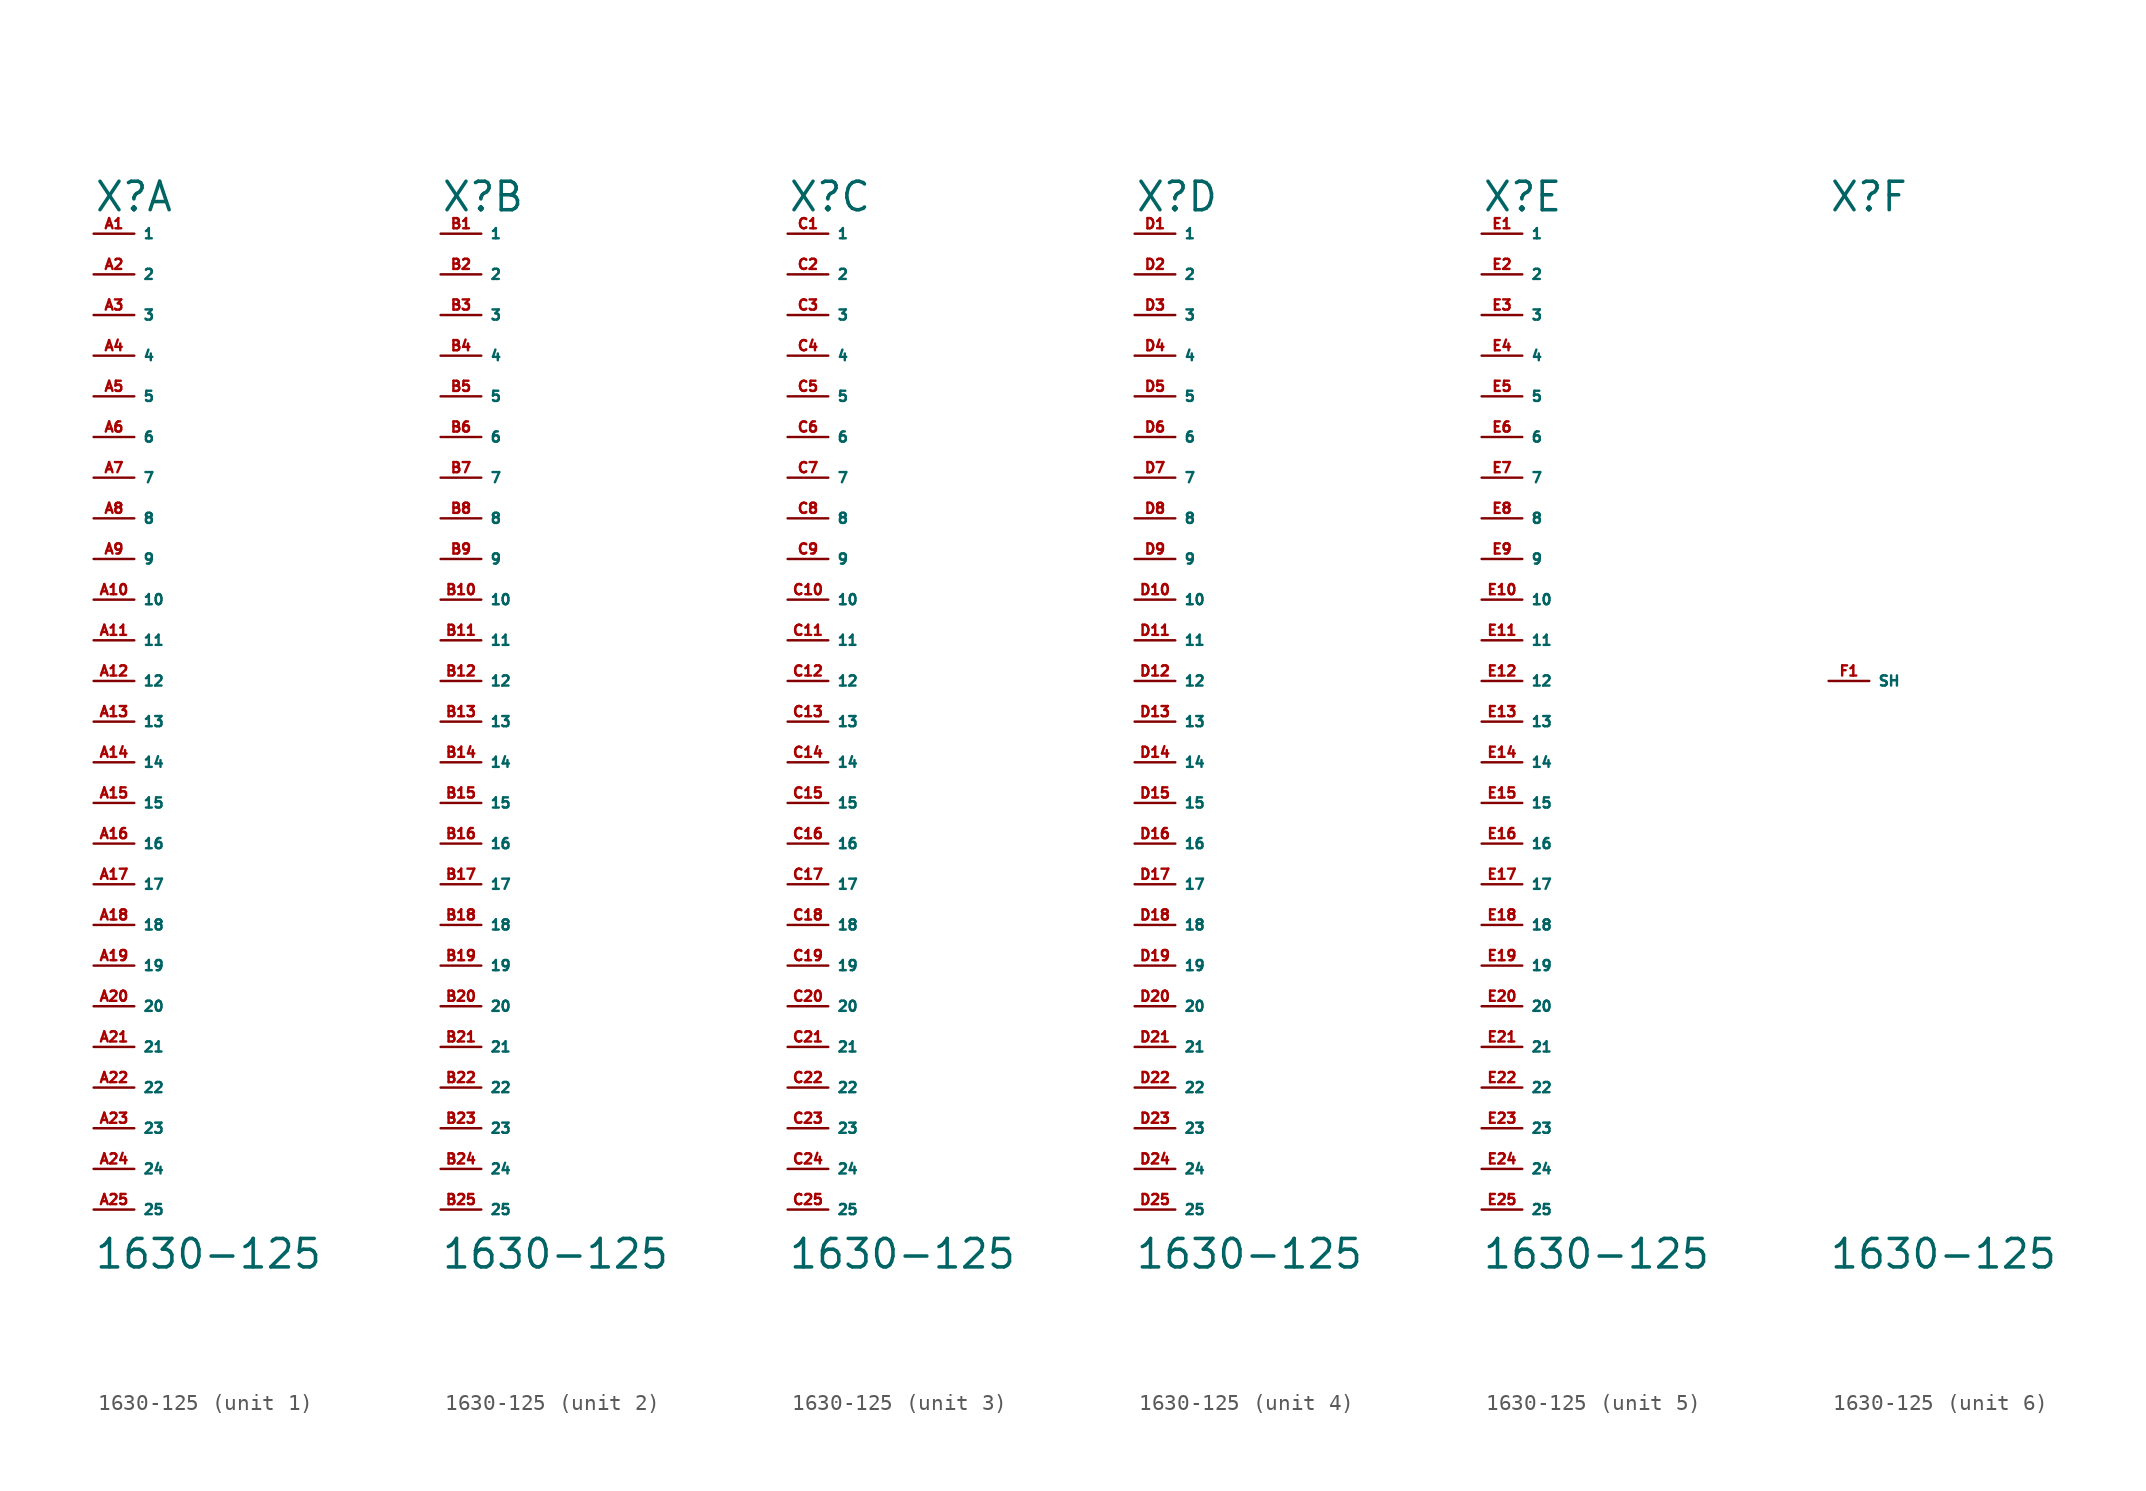
<source format=kicad_sym>
(kicad_symbol_lib
  (version 20220914)
  (generator Eagle2Kicad)
  (symbol "1630-125"
    (property "Reference" "X"
      (at -2.54 29.21 0)
      (effects (font (size 1.778 1.778) (thickness 0.22)) (justify left bottom)))
    (property "Value" "1630-125"
      (at -2.54 -36.83 0)
      (effects (font (size 1.778 1.778) (thickness 0.22)) (justify left bottom)))
    (symbol "1630-125_1_0"
      (pin passive line (at -2.54 27.94 0) (length 2.54) (name "1" (effects (font (size 0.635 0.635) (thickness 0.08)) (justify left bottom))) (number "A1" (effects (font (size 0.635 0.635) (thickness 0.08)) (justify left bottom))))
      (pin passive line (at -2.54 25.4 0) (length 2.54) (name "2" (effects (font (size 0.635 0.635) (thickness 0.08)) (justify left bottom))) (number "A2" (effects (font (size 0.635 0.635) (thickness 0.08)) (justify left bottom))))
      (pin passive line (at -2.54 22.86 0) (length 2.54) (name "3" (effects (font (size 0.635 0.635) (thickness 0.08)) (justify left bottom))) (number "A3" (effects (font (size 0.635 0.635) (thickness 0.08)) (justify left bottom))))
      (pin passive line (at -2.54 20.32 0) (length 2.54) (name "4" (effects (font (size 0.635 0.635) (thickness 0.08)) (justify left bottom))) (number "A4" (effects (font (size 0.635 0.635) (thickness 0.08)) (justify left bottom))))
      (pin passive line (at -2.54 17.78 0) (length 2.54) (name "5" (effects (font (size 0.635 0.635) (thickness 0.08)) (justify left bottom))) (number "A5" (effects (font (size 0.635 0.635) (thickness 0.08)) (justify left bottom))))
      (pin passive line (at -2.54 15.24 0) (length 2.54) (name "6" (effects (font (size 0.635 0.635) (thickness 0.08)) (justify left bottom))) (number "A6" (effects (font (size 0.635 0.635) (thickness 0.08)) (justify left bottom))))
      (pin passive line (at -2.54 12.7 0) (length 2.54) (name "7" (effects (font (size 0.635 0.635) (thickness 0.08)) (justify left bottom))) (number "A7" (effects (font (size 0.635 0.635) (thickness 0.08)) (justify left bottom))))
      (pin passive line (at -2.54 10.16 0) (length 2.54) (name "8" (effects (font (size 0.635 0.635) (thickness 0.08)) (justify left bottom))) (number "A8" (effects (font (size 0.635 0.635) (thickness 0.08)) (justify left bottom))))
      (pin passive line (at -2.54 7.62 0) (length 2.54) (name "9" (effects (font (size 0.635 0.635) (thickness 0.08)) (justify left bottom))) (number "A9" (effects (font (size 0.635 0.635) (thickness 0.08)) (justify left bottom))))
      (pin passive line (at -2.54 5.08 0) (length 2.54) (name "10" (effects (font (size 0.635 0.635) (thickness 0.08)) (justify left bottom))) (number "A10" (effects (font (size 0.635 0.635) (thickness 0.08)) (justify left bottom))))
      (pin passive line (at -2.54 2.54 0) (length 2.54) (name "11" (effects (font (size 0.635 0.635) (thickness 0.08)) (justify left bottom))) (number "A11" (effects (font (size 0.635 0.635) (thickness 0.08)) (justify left bottom))))
      (pin passive line (at -2.54 0 0) (length 2.54) (name "12" (effects (font (size 0.635 0.635) (thickness 0.08)) (justify left bottom))) (number "A12" (effects (font (size 0.635 0.635) (thickness 0.08)) (justify left bottom))))
      (pin passive line (at -2.54 -2.54 0) (length 2.54) (name "13" (effects (font (size 0.635 0.635) (thickness 0.08)) (justify left bottom))) (number "A13" (effects (font (size 0.635 0.635) (thickness 0.08)) (justify left bottom))))
      (pin passive line (at -2.54 -5.08 0) (length 2.54) (name "14" (effects (font (size 0.635 0.635) (thickness 0.08)) (justify left bottom))) (number "A14" (effects (font (size 0.635 0.635) (thickness 0.08)) (justify left bottom))))
      (pin passive line (at -2.54 -7.62 0) (length 2.54) (name "15" (effects (font (size 0.635 0.635) (thickness 0.08)) (justify left bottom))) (number "A15" (effects (font (size 0.635 0.635) (thickness 0.08)) (justify left bottom))))
      (pin passive line (at -2.54 -10.16 0) (length 2.54) (name "16" (effects (font (size 0.635 0.635) (thickness 0.08)) (justify left bottom))) (number "A16" (effects (font (size 0.635 0.635) (thickness 0.08)) (justify left bottom))))
      (pin passive line (at -2.54 -12.7 0) (length 2.54) (name "17" (effects (font (size 0.635 0.635) (thickness 0.08)) (justify left bottom))) (number "A17" (effects (font (size 0.635 0.635) (thickness 0.08)) (justify left bottom))))
      (pin passive line (at -2.54 -15.24 0) (length 2.54) (name "18" (effects (font (size 0.635 0.635) (thickness 0.08)) (justify left bottom))) (number "A18" (effects (font (size 0.635 0.635) (thickness 0.08)) (justify left bottom))))
      (pin passive line (at -2.54 -17.78 0) (length 2.54) (name "19" (effects (font (size 0.635 0.635) (thickness 0.08)) (justify left bottom))) (number "A19" (effects (font (size 0.635 0.635) (thickness 0.08)) (justify left bottom))))
      (pin passive line (at -2.54 -20.32 0) (length 2.54) (name "20" (effects (font (size 0.635 0.635) (thickness 0.08)) (justify left bottom))) (number "A20" (effects (font (size 0.635 0.635) (thickness 0.08)) (justify left bottom))))
      (pin passive line (at -2.54 -22.86 0) (length 2.54) (name "21" (effects (font (size 0.635 0.635) (thickness 0.08)) (justify left bottom))) (number "A21" (effects (font (size 0.635 0.635) (thickness 0.08)) (justify left bottom))))
      (pin passive line (at -2.54 -25.4 0) (length 2.54) (name "22" (effects (font (size 0.635 0.635) (thickness 0.08)) (justify left bottom))) (number "A22" (effects (font (size 0.635 0.635) (thickness 0.08)) (justify left bottom))))
      (pin passive line (at -2.54 -27.94 0) (length 2.54) (name "23" (effects (font (size 0.635 0.635) (thickness 0.08)) (justify left bottom))) (number "A23" (effects (font (size 0.635 0.635) (thickness 0.08)) (justify left bottom))))
      (pin passive line (at -2.54 -30.48 0) (length 2.54) (name "24" (effects (font (size 0.635 0.635) (thickness 0.08)) (justify left bottom))) (number "A24" (effects (font (size 0.635 0.635) (thickness 0.08)) (justify left bottom))))
      (pin passive line (at -2.54 -33.02 0) (length 2.54) (name "25" (effects (font (size 0.635 0.635) (thickness 0.08)) (justify left bottom))) (number "A25" (effects (font (size 0.635 0.635) (thickness 0.08)) (justify left bottom)))))
    (symbol "1630-125_2_0"
      (pin passive line (at -2.54 27.94 0) (length 2.54) (name "1" (effects (font (size 0.635 0.635) (thickness 0.08)) (justify left bottom))) (number "B1" (effects (font (size 0.635 0.635) (thickness 0.08)) (justify left bottom))))
      (pin passive line (at -2.54 25.4 0) (length 2.54) (name "2" (effects (font (size 0.635 0.635) (thickness 0.08)) (justify left bottom))) (number "B2" (effects (font (size 0.635 0.635) (thickness 0.08)) (justify left bottom))))
      (pin passive line (at -2.54 22.86 0) (length 2.54) (name "3" (effects (font (size 0.635 0.635) (thickness 0.08)) (justify left bottom))) (number "B3" (effects (font (size 0.635 0.635) (thickness 0.08)) (justify left bottom))))
      (pin passive line (at -2.54 20.32 0) (length 2.54) (name "4" (effects (font (size 0.635 0.635) (thickness 0.08)) (justify left bottom))) (number "B4" (effects (font (size 0.635 0.635) (thickness 0.08)) (justify left bottom))))
      (pin passive line (at -2.54 17.78 0) (length 2.54) (name "5" (effects (font (size 0.635 0.635) (thickness 0.08)) (justify left bottom))) (number "B5" (effects (font (size 0.635 0.635) (thickness 0.08)) (justify left bottom))))
      (pin passive line (at -2.54 15.24 0) (length 2.54) (name "6" (effects (font (size 0.635 0.635) (thickness 0.08)) (justify left bottom))) (number "B6" (effects (font (size 0.635 0.635) (thickness 0.08)) (justify left bottom))))
      (pin passive line (at -2.54 12.7 0) (length 2.54) (name "7" (effects (font (size 0.635 0.635) (thickness 0.08)) (justify left bottom))) (number "B7" (effects (font (size 0.635 0.635) (thickness 0.08)) (justify left bottom))))
      (pin passive line (at -2.54 10.16 0) (length 2.54) (name "8" (effects (font (size 0.635 0.635) (thickness 0.08)) (justify left bottom))) (number "B8" (effects (font (size 0.635 0.635) (thickness 0.08)) (justify left bottom))))
      (pin passive line (at -2.54 7.62 0) (length 2.54) (name "9" (effects (font (size 0.635 0.635) (thickness 0.08)) (justify left bottom))) (number "B9" (effects (font (size 0.635 0.635) (thickness 0.08)) (justify left bottom))))
      (pin passive line (at -2.54 5.08 0) (length 2.54) (name "10" (effects (font (size 0.635 0.635) (thickness 0.08)) (justify left bottom))) (number "B10" (effects (font (size 0.635 0.635) (thickness 0.08)) (justify left bottom))))
      (pin passive line (at -2.54 2.54 0) (length 2.54) (name "11" (effects (font (size 0.635 0.635) (thickness 0.08)) (justify left bottom))) (number "B11" (effects (font (size 0.635 0.635) (thickness 0.08)) (justify left bottom))))
      (pin passive line (at -2.54 0 0) (length 2.54) (name "12" (effects (font (size 0.635 0.635) (thickness 0.08)) (justify left bottom))) (number "B12" (effects (font (size 0.635 0.635) (thickness 0.08)) (justify left bottom))))
      (pin passive line (at -2.54 -2.54 0) (length 2.54) (name "13" (effects (font (size 0.635 0.635) (thickness 0.08)) (justify left bottom))) (number "B13" (effects (font (size 0.635 0.635) (thickness 0.08)) (justify left bottom))))
      (pin passive line (at -2.54 -5.08 0) (length 2.54) (name "14" (effects (font (size 0.635 0.635) (thickness 0.08)) (justify left bottom))) (number "B14" (effects (font (size 0.635 0.635) (thickness 0.08)) (justify left bottom))))
      (pin passive line (at -2.54 -7.62 0) (length 2.54) (name "15" (effects (font (size 0.635 0.635) (thickness 0.08)) (justify left bottom))) (number "B15" (effects (font (size 0.635 0.635) (thickness 0.08)) (justify left bottom))))
      (pin passive line (at -2.54 -10.16 0) (length 2.54) (name "16" (effects (font (size 0.635 0.635) (thickness 0.08)) (justify left bottom))) (number "B16" (effects (font (size 0.635 0.635) (thickness 0.08)) (justify left bottom))))
      (pin passive line (at -2.54 -12.7 0) (length 2.54) (name "17" (effects (font (size 0.635 0.635) (thickness 0.08)) (justify left bottom))) (number "B17" (effects (font (size 0.635 0.635) (thickness 0.08)) (justify left bottom))))
      (pin passive line (at -2.54 -15.24 0) (length 2.54) (name "18" (effects (font (size 0.635 0.635) (thickness 0.08)) (justify left bottom))) (number "B18" (effects (font (size 0.635 0.635) (thickness 0.08)) (justify left bottom))))
      (pin passive line (at -2.54 -17.78 0) (length 2.54) (name "19" (effects (font (size 0.635 0.635) (thickness 0.08)) (justify left bottom))) (number "B19" (effects (font (size 0.635 0.635) (thickness 0.08)) (justify left bottom))))
      (pin passive line (at -2.54 -20.32 0) (length 2.54) (name "20" (effects (font (size 0.635 0.635) (thickness 0.08)) (justify left bottom))) (number "B20" (effects (font (size 0.635 0.635) (thickness 0.08)) (justify left bottom))))
      (pin passive line (at -2.54 -22.86 0) (length 2.54) (name "21" (effects (font (size 0.635 0.635) (thickness 0.08)) (justify left bottom))) (number "B21" (effects (font (size 0.635 0.635) (thickness 0.08)) (justify left bottom))))
      (pin passive line (at -2.54 -25.4 0) (length 2.54) (name "22" (effects (font (size 0.635 0.635) (thickness 0.08)) (justify left bottom))) (number "B22" (effects (font (size 0.635 0.635) (thickness 0.08)) (justify left bottom))))
      (pin passive line (at -2.54 -27.94 0) (length 2.54) (name "23" (effects (font (size 0.635 0.635) (thickness 0.08)) (justify left bottom))) (number "B23" (effects (font (size 0.635 0.635) (thickness 0.08)) (justify left bottom))))
      (pin passive line (at -2.54 -30.48 0) (length 2.54) (name "24" (effects (font (size 0.635 0.635) (thickness 0.08)) (justify left bottom))) (number "B24" (effects (font (size 0.635 0.635) (thickness 0.08)) (justify left bottom))))
      (pin passive line (at -2.54 -33.02 0) (length 2.54) (name "25" (effects (font (size 0.635 0.635) (thickness 0.08)) (justify left bottom))) (number "B25" (effects (font (size 0.635 0.635) (thickness 0.08)) (justify left bottom)))))
    (symbol "1630-125_3_0"
      (pin passive line (at -2.54 27.94 0) (length 2.54) (name "1" (effects (font (size 0.635 0.635) (thickness 0.08)) (justify left bottom))) (number "C1" (effects (font (size 0.635 0.635) (thickness 0.08)) (justify left bottom))))
      (pin passive line (at -2.54 25.4 0) (length 2.54) (name "2" (effects (font (size 0.635 0.635) (thickness 0.08)) (justify left bottom))) (number "C2" (effects (font (size 0.635 0.635) (thickness 0.08)) (justify left bottom))))
      (pin passive line (at -2.54 22.86 0) (length 2.54) (name "3" (effects (font (size 0.635 0.635) (thickness 0.08)) (justify left bottom))) (number "C3" (effects (font (size 0.635 0.635) (thickness 0.08)) (justify left bottom))))
      (pin passive line (at -2.54 20.32 0) (length 2.54) (name "4" (effects (font (size 0.635 0.635) (thickness 0.08)) (justify left bottom))) (number "C4" (effects (font (size 0.635 0.635) (thickness 0.08)) (justify left bottom))))
      (pin passive line (at -2.54 17.78 0) (length 2.54) (name "5" (effects (font (size 0.635 0.635) (thickness 0.08)) (justify left bottom))) (number "C5" (effects (font (size 0.635 0.635) (thickness 0.08)) (justify left bottom))))
      (pin passive line (at -2.54 15.24 0) (length 2.54) (name "6" (effects (font (size 0.635 0.635) (thickness 0.08)) (justify left bottom))) (number "C6" (effects (font (size 0.635 0.635) (thickness 0.08)) (justify left bottom))))
      (pin passive line (at -2.54 12.7 0) (length 2.54) (name "7" (effects (font (size 0.635 0.635) (thickness 0.08)) (justify left bottom))) (number "C7" (effects (font (size 0.635 0.635) (thickness 0.08)) (justify left bottom))))
      (pin passive line (at -2.54 10.16 0) (length 2.54) (name "8" (effects (font (size 0.635 0.635) (thickness 0.08)) (justify left bottom))) (number "C8" (effects (font (size 0.635 0.635) (thickness 0.08)) (justify left bottom))))
      (pin passive line (at -2.54 7.62 0) (length 2.54) (name "9" (effects (font (size 0.635 0.635) (thickness 0.08)) (justify left bottom))) (number "C9" (effects (font (size 0.635 0.635) (thickness 0.08)) (justify left bottom))))
      (pin passive line (at -2.54 5.08 0) (length 2.54) (name "10" (effects (font (size 0.635 0.635) (thickness 0.08)) (justify left bottom))) (number "C10" (effects (font (size 0.635 0.635) (thickness 0.08)) (justify left bottom))))
      (pin passive line (at -2.54 2.54 0) (length 2.54) (name "11" (effects (font (size 0.635 0.635) (thickness 0.08)) (justify left bottom))) (number "C11" (effects (font (size 0.635 0.635) (thickness 0.08)) (justify left bottom))))
      (pin passive line (at -2.54 0 0) (length 2.54) (name "12" (effects (font (size 0.635 0.635) (thickness 0.08)) (justify left bottom))) (number "C12" (effects (font (size 0.635 0.635) (thickness 0.08)) (justify left bottom))))
      (pin passive line (at -2.54 -2.54 0) (length 2.54) (name "13" (effects (font (size 0.635 0.635) (thickness 0.08)) (justify left bottom))) (number "C13" (effects (font (size 0.635 0.635) (thickness 0.08)) (justify left bottom))))
      (pin passive line (at -2.54 -5.08 0) (length 2.54) (name "14" (effects (font (size 0.635 0.635) (thickness 0.08)) (justify left bottom))) (number "C14" (effects (font (size 0.635 0.635) (thickness 0.08)) (justify left bottom))))
      (pin passive line (at -2.54 -7.62 0) (length 2.54) (name "15" (effects (font (size 0.635 0.635) (thickness 0.08)) (justify left bottom))) (number "C15" (effects (font (size 0.635 0.635) (thickness 0.08)) (justify left bottom))))
      (pin passive line (at -2.54 -10.16 0) (length 2.54) (name "16" (effects (font (size 0.635 0.635) (thickness 0.08)) (justify left bottom))) (number "C16" (effects (font (size 0.635 0.635) (thickness 0.08)) (justify left bottom))))
      (pin passive line (at -2.54 -12.7 0) (length 2.54) (name "17" (effects (font (size 0.635 0.635) (thickness 0.08)) (justify left bottom))) (number "C17" (effects (font (size 0.635 0.635) (thickness 0.08)) (justify left bottom))))
      (pin passive line (at -2.54 -15.24 0) (length 2.54) (name "18" (effects (font (size 0.635 0.635) (thickness 0.08)) (justify left bottom))) (number "C18" (effects (font (size 0.635 0.635) (thickness 0.08)) (justify left bottom))))
      (pin passive line (at -2.54 -17.78 0) (length 2.54) (name "19" (effects (font (size 0.635 0.635) (thickness 0.08)) (justify left bottom))) (number "C19" (effects (font (size 0.635 0.635) (thickness 0.08)) (justify left bottom))))
      (pin passive line (at -2.54 -20.32 0) (length 2.54) (name "20" (effects (font (size 0.635 0.635) (thickness 0.08)) (justify left bottom))) (number "C20" (effects (font (size 0.635 0.635) (thickness 0.08)) (justify left bottom))))
      (pin passive line (at -2.54 -22.86 0) (length 2.54) (name "21" (effects (font (size 0.635 0.635) (thickness 0.08)) (justify left bottom))) (number "C21" (effects (font (size 0.635 0.635) (thickness 0.08)) (justify left bottom))))
      (pin passive line (at -2.54 -25.4 0) (length 2.54) (name "22" (effects (font (size 0.635 0.635) (thickness 0.08)) (justify left bottom))) (number "C22" (effects (font (size 0.635 0.635) (thickness 0.08)) (justify left bottom))))
      (pin passive line (at -2.54 -27.94 0) (length 2.54) (name "23" (effects (font (size 0.635 0.635) (thickness 0.08)) (justify left bottom))) (number "C23" (effects (font (size 0.635 0.635) (thickness 0.08)) (justify left bottom))))
      (pin passive line (at -2.54 -30.48 0) (length 2.54) (name "24" (effects (font (size 0.635 0.635) (thickness 0.08)) (justify left bottom))) (number "C24" (effects (font (size 0.635 0.635) (thickness 0.08)) (justify left bottom))))
      (pin passive line (at -2.54 -33.02 0) (length 2.54) (name "25" (effects (font (size 0.635 0.635) (thickness 0.08)) (justify left bottom))) (number "C25" (effects (font (size 0.635 0.635) (thickness 0.08)) (justify left bottom)))))
    (symbol "1630-125_4_0"
      (pin passive line (at -2.54 27.94 0) (length 2.54) (name "1" (effects (font (size 0.635 0.635) (thickness 0.08)) (justify left bottom))) (number "D1" (effects (font (size 0.635 0.635) (thickness 0.08)) (justify left bottom))))
      (pin passive line (at -2.54 25.4 0) (length 2.54) (name "2" (effects (font (size 0.635 0.635) (thickness 0.08)) (justify left bottom))) (number "D2" (effects (font (size 0.635 0.635) (thickness 0.08)) (justify left bottom))))
      (pin passive line (at -2.54 22.86 0) (length 2.54) (name "3" (effects (font (size 0.635 0.635) (thickness 0.08)) (justify left bottom))) (number "D3" (effects (font (size 0.635 0.635) (thickness 0.08)) (justify left bottom))))
      (pin passive line (at -2.54 20.32 0) (length 2.54) (name "4" (effects (font (size 0.635 0.635) (thickness 0.08)) (justify left bottom))) (number "D4" (effects (font (size 0.635 0.635) (thickness 0.08)) (justify left bottom))))
      (pin passive line (at -2.54 17.78 0) (length 2.54) (name "5" (effects (font (size 0.635 0.635) (thickness 0.08)) (justify left bottom))) (number "D5" (effects (font (size 0.635 0.635) (thickness 0.08)) (justify left bottom))))
      (pin passive line (at -2.54 15.24 0) (length 2.54) (name "6" (effects (font (size 0.635 0.635) (thickness 0.08)) (justify left bottom))) (number "D6" (effects (font (size 0.635 0.635) (thickness 0.08)) (justify left bottom))))
      (pin passive line (at -2.54 12.7 0) (length 2.54) (name "7" (effects (font (size 0.635 0.635) (thickness 0.08)) (justify left bottom))) (number "D7" (effects (font (size 0.635 0.635) (thickness 0.08)) (justify left bottom))))
      (pin passive line (at -2.54 10.16 0) (length 2.54) (name "8" (effects (font (size 0.635 0.635) (thickness 0.08)) (justify left bottom))) (number "D8" (effects (font (size 0.635 0.635) (thickness 0.08)) (justify left bottom))))
      (pin passive line (at -2.54 7.62 0) (length 2.54) (name "9" (effects (font (size 0.635 0.635) (thickness 0.08)) (justify left bottom))) (number "D9" (effects (font (size 0.635 0.635) (thickness 0.08)) (justify left bottom))))
      (pin passive line (at -2.54 5.08 0) (length 2.54) (name "10" (effects (font (size 0.635 0.635) (thickness 0.08)) (justify left bottom))) (number "D10" (effects (font (size 0.635 0.635) (thickness 0.08)) (justify left bottom))))
      (pin passive line (at -2.54 2.54 0) (length 2.54) (name "11" (effects (font (size 0.635 0.635) (thickness 0.08)) (justify left bottom))) (number "D11" (effects (font (size 0.635 0.635) (thickness 0.08)) (justify left bottom))))
      (pin passive line (at -2.54 0 0) (length 2.54) (name "12" (effects (font (size 0.635 0.635) (thickness 0.08)) (justify left bottom))) (number "D12" (effects (font (size 0.635 0.635) (thickness 0.08)) (justify left bottom))))
      (pin passive line (at -2.54 -2.54 0) (length 2.54) (name "13" (effects (font (size 0.635 0.635) (thickness 0.08)) (justify left bottom))) (number "D13" (effects (font (size 0.635 0.635) (thickness 0.08)) (justify left bottom))))
      (pin passive line (at -2.54 -5.08 0) (length 2.54) (name "14" (effects (font (size 0.635 0.635) (thickness 0.08)) (justify left bottom))) (number "D14" (effects (font (size 0.635 0.635) (thickness 0.08)) (justify left bottom))))
      (pin passive line (at -2.54 -7.62 0) (length 2.54) (name "15" (effects (font (size 0.635 0.635) (thickness 0.08)) (justify left bottom))) (number "D15" (effects (font (size 0.635 0.635) (thickness 0.08)) (justify left bottom))))
      (pin passive line (at -2.54 -10.16 0) (length 2.54) (name "16" (effects (font (size 0.635 0.635) (thickness 0.08)) (justify left bottom))) (number "D16" (effects (font (size 0.635 0.635) (thickness 0.08)) (justify left bottom))))
      (pin passive line (at -2.54 -12.7 0) (length 2.54) (name "17" (effects (font (size 0.635 0.635) (thickness 0.08)) (justify left bottom))) (number "D17" (effects (font (size 0.635 0.635) (thickness 0.08)) (justify left bottom))))
      (pin passive line (at -2.54 -15.24 0) (length 2.54) (name "18" (effects (font (size 0.635 0.635) (thickness 0.08)) (justify left bottom))) (number "D18" (effects (font (size 0.635 0.635) (thickness 0.08)) (justify left bottom))))
      (pin passive line (at -2.54 -17.78 0) (length 2.54) (name "19" (effects (font (size 0.635 0.635) (thickness 0.08)) (justify left bottom))) (number "D19" (effects (font (size 0.635 0.635) (thickness 0.08)) (justify left bottom))))
      (pin passive line (at -2.54 -20.32 0) (length 2.54) (name "20" (effects (font (size 0.635 0.635) (thickness 0.08)) (justify left bottom))) (number "D20" (effects (font (size 0.635 0.635) (thickness 0.08)) (justify left bottom))))
      (pin passive line (at -2.54 -22.86 0) (length 2.54) (name "21" (effects (font (size 0.635 0.635) (thickness 0.08)) (justify left bottom))) (number "D21" (effects (font (size 0.635 0.635) (thickness 0.08)) (justify left bottom))))
      (pin passive line (at -2.54 -25.4 0) (length 2.54) (name "22" (effects (font (size 0.635 0.635) (thickness 0.08)) (justify left bottom))) (number "D22" (effects (font (size 0.635 0.635) (thickness 0.08)) (justify left bottom))))
      (pin passive line (at -2.54 -27.94 0) (length 2.54) (name "23" (effects (font (size 0.635 0.635) (thickness 0.08)) (justify left bottom))) (number "D23" (effects (font (size 0.635 0.635) (thickness 0.08)) (justify left bottom))))
      (pin passive line (at -2.54 -30.48 0) (length 2.54) (name "24" (effects (font (size 0.635 0.635) (thickness 0.08)) (justify left bottom))) (number "D24" (effects (font (size 0.635 0.635) (thickness 0.08)) (justify left bottom))))
      (pin passive line (at -2.54 -33.02 0) (length 2.54) (name "25" (effects (font (size 0.635 0.635) (thickness 0.08)) (justify left bottom))) (number "D25" (effects (font (size 0.635 0.635) (thickness 0.08)) (justify left bottom)))))
    (symbol "1630-125_5_0"
      (pin passive line (at -2.54 27.94 0) (length 2.54) (name "1" (effects (font (size 0.635 0.635) (thickness 0.08)) (justify left bottom))) (number "E1" (effects (font (size 0.635 0.635) (thickness 0.08)) (justify left bottom))))
      (pin passive line (at -2.54 25.4 0) (length 2.54) (name "2" (effects (font (size 0.635 0.635) (thickness 0.08)) (justify left bottom))) (number "E2" (effects (font (size 0.635 0.635) (thickness 0.08)) (justify left bottom))))
      (pin passive line (at -2.54 22.86 0) (length 2.54) (name "3" (effects (font (size 0.635 0.635) (thickness 0.08)) (justify left bottom))) (number "E3" (effects (font (size 0.635 0.635) (thickness 0.08)) (justify left bottom))))
      (pin passive line (at -2.54 20.32 0) (length 2.54) (name "4" (effects (font (size 0.635 0.635) (thickness 0.08)) (justify left bottom))) (number "E4" (effects (font (size 0.635 0.635) (thickness 0.08)) (justify left bottom))))
      (pin passive line (at -2.54 17.78 0) (length 2.54) (name "5" (effects (font (size 0.635 0.635) (thickness 0.08)) (justify left bottom))) (number "E5" (effects (font (size 0.635 0.635) (thickness 0.08)) (justify left bottom))))
      (pin passive line (at -2.54 15.24 0) (length 2.54) (name "6" (effects (font (size 0.635 0.635) (thickness 0.08)) (justify left bottom))) (number "E6" (effects (font (size 0.635 0.635) (thickness 0.08)) (justify left bottom))))
      (pin passive line (at -2.54 12.7 0) (length 2.54) (name "7" (effects (font (size 0.635 0.635) (thickness 0.08)) (justify left bottom))) (number "E7" (effects (font (size 0.635 0.635) (thickness 0.08)) (justify left bottom))))
      (pin passive line (at -2.54 10.16 0) (length 2.54) (name "8" (effects (font (size 0.635 0.635) (thickness 0.08)) (justify left bottom))) (number "E8" (effects (font (size 0.635 0.635) (thickness 0.08)) (justify left bottom))))
      (pin passive line (at -2.54 7.62 0) (length 2.54) (name "9" (effects (font (size 0.635 0.635) (thickness 0.08)) (justify left bottom))) (number "E9" (effects (font (size 0.635 0.635) (thickness 0.08)) (justify left bottom))))
      (pin passive line (at -2.54 5.08 0) (length 2.54) (name "10" (effects (font (size 0.635 0.635) (thickness 0.08)) (justify left bottom))) (number "E10" (effects (font (size 0.635 0.635) (thickness 0.08)) (justify left bottom))))
      (pin passive line (at -2.54 2.54 0) (length 2.54) (name "11" (effects (font (size 0.635 0.635) (thickness 0.08)) (justify left bottom))) (number "E11" (effects (font (size 0.635 0.635) (thickness 0.08)) (justify left bottom))))
      (pin passive line (at -2.54 0 0) (length 2.54) (name "12" (effects (font (size 0.635 0.635) (thickness 0.08)) (justify left bottom))) (number "E12" (effects (font (size 0.635 0.635) (thickness 0.08)) (justify left bottom))))
      (pin passive line (at -2.54 -2.54 0) (length 2.54) (name "13" (effects (font (size 0.635 0.635) (thickness 0.08)) (justify left bottom))) (number "E13" (effects (font (size 0.635 0.635) (thickness 0.08)) (justify left bottom))))
      (pin passive line (at -2.54 -5.08 0) (length 2.54) (name "14" (effects (font (size 0.635 0.635) (thickness 0.08)) (justify left bottom))) (number "E14" (effects (font (size 0.635 0.635) (thickness 0.08)) (justify left bottom))))
      (pin passive line (at -2.54 -7.62 0) (length 2.54) (name "15" (effects (font (size 0.635 0.635) (thickness 0.08)) (justify left bottom))) (number "E15" (effects (font (size 0.635 0.635) (thickness 0.08)) (justify left bottom))))
      (pin passive line (at -2.54 -10.16 0) (length 2.54) (name "16" (effects (font (size 0.635 0.635) (thickness 0.08)) (justify left bottom))) (number "E16" (effects (font (size 0.635 0.635) (thickness 0.08)) (justify left bottom))))
      (pin passive line (at -2.54 -12.7 0) (length 2.54) (name "17" (effects (font (size 0.635 0.635) (thickness 0.08)) (justify left bottom))) (number "E17" (effects (font (size 0.635 0.635) (thickness 0.08)) (justify left bottom))))
      (pin passive line (at -2.54 -15.24 0) (length 2.54) (name "18" (effects (font (size 0.635 0.635) (thickness 0.08)) (justify left bottom))) (number "E18" (effects (font (size 0.635 0.635) (thickness 0.08)) (justify left bottom))))
      (pin passive line (at -2.54 -17.78 0) (length 2.54) (name "19" (effects (font (size 0.635 0.635) (thickness 0.08)) (justify left bottom))) (number "E19" (effects (font (size 0.635 0.635) (thickness 0.08)) (justify left bottom))))
      (pin passive line (at -2.54 -20.32 0) (length 2.54) (name "20" (effects (font (size 0.635 0.635) (thickness 0.08)) (justify left bottom))) (number "E20" (effects (font (size 0.635 0.635) (thickness 0.08)) (justify left bottom))))
      (pin passive line (at -2.54 -22.86 0) (length 2.54) (name "21" (effects (font (size 0.635 0.635) (thickness 0.08)) (justify left bottom))) (number "E21" (effects (font (size 0.635 0.635) (thickness 0.08)) (justify left bottom))))
      (pin passive line (at -2.54 -25.4 0) (length 2.54) (name "22" (effects (font (size 0.635 0.635) (thickness 0.08)) (justify left bottom))) (number "E22" (effects (font (size 0.635 0.635) (thickness 0.08)) (justify left bottom))))
      (pin passive line (at -2.54 -27.94 0) (length 2.54) (name "23" (effects (font (size 0.635 0.635) (thickness 0.08)) (justify left bottom))) (number "E23" (effects (font (size 0.635 0.635) (thickness 0.08)) (justify left bottom))))
      (pin passive line (at -2.54 -30.48 0) (length 2.54) (name "24" (effects (font (size 0.635 0.635) (thickness 0.08)) (justify left bottom))) (number "E24" (effects (font (size 0.635 0.635) (thickness 0.08)) (justify left bottom))))
      (pin passive line (at -2.54 -33.02 0) (length 2.54) (name "25" (effects (font (size 0.635 0.635) (thickness 0.08)) (justify left bottom))) (number "E25" (effects (font (size 0.635 0.635) (thickness 0.08)) (justify left bottom)))))
    (symbol "1630-125_6_0"
      (pin passive line (at -2.54 0 0) (length 2.54) (name "SH" (effects (font (size 0.635 0.635) (thickness 0.08)) (justify left bottom))) (number "F1" (effects (font (size 0.635 0.635) (thickness 0.08)) (justify left bottom)))))))
</source>
